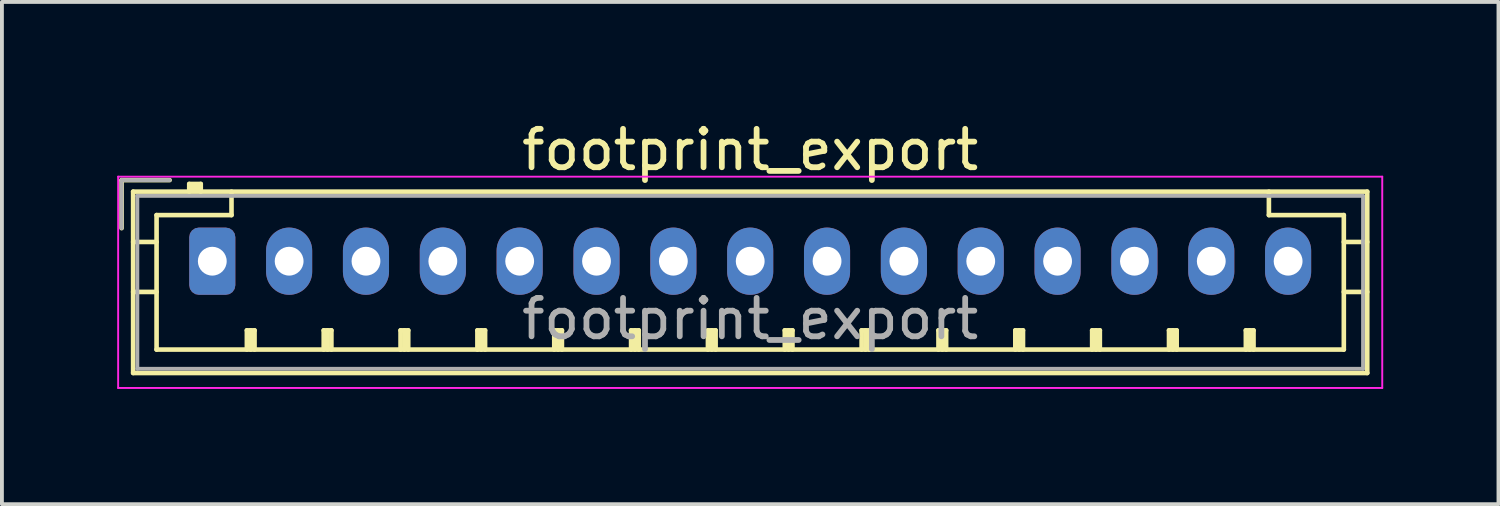
<source format=kicad_pcb>
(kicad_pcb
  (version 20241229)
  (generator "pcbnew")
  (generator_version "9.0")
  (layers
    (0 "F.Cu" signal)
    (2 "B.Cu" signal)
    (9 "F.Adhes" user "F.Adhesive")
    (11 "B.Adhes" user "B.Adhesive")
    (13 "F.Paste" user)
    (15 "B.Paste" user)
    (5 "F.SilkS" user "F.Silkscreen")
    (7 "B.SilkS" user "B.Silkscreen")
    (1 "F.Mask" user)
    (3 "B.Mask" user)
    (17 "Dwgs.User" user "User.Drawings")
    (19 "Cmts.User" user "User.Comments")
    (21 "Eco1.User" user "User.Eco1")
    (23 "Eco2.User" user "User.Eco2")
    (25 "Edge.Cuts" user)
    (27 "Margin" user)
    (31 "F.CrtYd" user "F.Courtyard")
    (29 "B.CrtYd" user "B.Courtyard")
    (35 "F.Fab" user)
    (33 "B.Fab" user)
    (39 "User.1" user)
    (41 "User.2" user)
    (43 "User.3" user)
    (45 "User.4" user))
  (footprint "footprint_export"
    (layer "F.Cu")
    (at 2.475 3.748)
    (property "Reference" "footprint_export" (at 14 -2.9 0) (layer "F.SilkS") (effects (font (size 1 1) (thickness 0.15))))
    (attr through_hole)
    (fp_line (start -2.36 -2.11) (end -2.36 -0.86) (stroke (width 0.12) (type solid)) (layer "F.SilkS"))
    (fp_line (start -2.06 -1.81) (end -2.06 2.91) (stroke (width 0.12) (type solid)) (layer "F.SilkS"))
    (fp_line (start -2.06 -0.5) (end -1.45 -0.5) (stroke (width 0.12) (type solid)) (layer "F.SilkS"))
    (fp_line (start -2.06 0.8) (end -1.45 0.8) (stroke (width 0.12) (type solid)) (layer "F.SilkS"))
    (fp_line (start -2.06 2.91) (end 30.06 2.91) (stroke (width 0.12) (type solid)) (layer "F.SilkS"))
    (fp_line (start -1.45 -1.2) (end -1.45 2.3) (stroke (width 0.12) (type solid)) (layer "F.SilkS"))
    (fp_line (start -1.45 2.3) (end 29.45 2.3) (stroke (width 0.12) (type solid)) (layer "F.SilkS"))
    (fp_line (start -1.11 -2.11) (end -2.36 -2.11) (stroke (width 0.12) (type solid)) (layer "F.SilkS"))
    (fp_line (start -0.6 -2.01) (end -0.6 -1.81) (stroke (width 0.12) (type solid)) (layer "F.SilkS"))
    (fp_line (start -0.3 -2.01) (end -0.6 -2.01) (stroke (width 0.12) (type solid)) (layer "F.SilkS"))
    (fp_line (start -0.3 -1.91) (end -0.6 -1.91) (stroke (width 0.12) (type solid)) (layer "F.SilkS"))
    (fp_line (start -0.3 -1.81) (end -0.3 -2.01) (stroke (width 0.12) (type solid)) (layer "F.SilkS"))
    (fp_line (start 0.5 -1.81) (end 0.5 -1.2) (stroke (width 0.12) (type solid)) (layer "F.SilkS"))
    (fp_line (start 0.5 -1.2) (end -1.45 -1.2) (stroke (width 0.12) (type solid)) (layer "F.SilkS"))
    (fp_line (start 0.9 1.8) (end 1.1 1.8) (stroke (width 0.12) (type solid)) (layer "F.SilkS"))
    (fp_line (start 0.9 2.3) (end 0.9 1.8) (stroke (width 0.12) (type solid)) (layer "F.SilkS"))
    (fp_line (start 1 2.3) (end 1 1.8) (stroke (width 0.12) (type solid)) (layer "F.SilkS"))
    (fp_line (start 1.1 1.8) (end 1.1 2.3) (stroke (width 0.12) (type solid)) (layer "F.SilkS"))
    (fp_line (start 2.9 1.8) (end 3.1 1.8) (stroke (width 0.12) (type solid)) (layer "F.SilkS"))
    (fp_line (start 2.9 2.3) (end 2.9 1.8) (stroke (width 0.12) (type solid)) (layer "F.SilkS"))
    (fp_line (start 3 2.3) (end 3 1.8) (stroke (width 0.12) (type solid)) (layer "F.SilkS"))
    (fp_line (start 3.1 1.8) (end 3.1 2.3) (stroke (width 0.12) (type solid)) (layer "F.SilkS"))
    (fp_line (start 4.9 1.8) (end 5.1 1.8) (stroke (width 0.12) (type solid)) (layer "F.SilkS"))
    (fp_line (start 4.9 2.3) (end 4.9 1.8) (stroke (width 0.12) (type solid)) (layer "F.SilkS"))
    (fp_line (start 5 2.3) (end 5 1.8) (stroke (width 0.12) (type solid)) (layer "F.SilkS"))
    (fp_line (start 5.1 1.8) (end 5.1 2.3) (stroke (width 0.12) (type solid)) (layer "F.SilkS"))
    (fp_line (start 6.9 1.8) (end 7.1 1.8) (stroke (width 0.12) (type solid)) (layer "F.SilkS"))
    (fp_line (start 6.9 2.3) (end 6.9 1.8) (stroke (width 0.12) (type solid)) (layer "F.SilkS"))
    (fp_line (start 7 2.3) (end 7 1.8) (stroke (width 0.12) (type solid)) (layer "F.SilkS"))
    (fp_line (start 7.1 1.8) (end 7.1 2.3) (stroke (width 0.12) (type solid)) (layer "F.SilkS"))
    (fp_line (start 8.9 1.8) (end 9.1 1.8) (stroke (width 0.12) (type solid)) (layer "F.SilkS"))
    (fp_line (start 8.9 2.3) (end 8.9 1.8) (stroke (width 0.12) (type solid)) (layer "F.SilkS"))
    (fp_line (start 9 2.3) (end 9 1.8) (stroke (width 0.12) (type solid)) (layer "F.SilkS"))
    (fp_line (start 9.1 1.8) (end 9.1 2.3) (stroke (width 0.12) (type solid)) (layer "F.SilkS"))
    (fp_line (start 10.9 1.8) (end 11.1 1.8) (stroke (width 0.12) (type solid)) (layer "F.SilkS"))
    (fp_line (start 10.9 2.3) (end 10.9 1.8) (stroke (width 0.12) (type solid)) (layer "F.SilkS"))
    (fp_line (start 11 2.3) (end 11 1.8) (stroke (width 0.12) (type solid)) (layer "F.SilkS"))
    (fp_line (start 11.1 1.8) (end 11.1 2.3) (stroke (width 0.12) (type solid)) (layer "F.SilkS"))
    (fp_line (start 12.9 1.8) (end 13.1 1.8) (stroke (width 0.12) (type solid)) (layer "F.SilkS"))
    (fp_line (start 12.9 2.3) (end 12.9 1.8) (stroke (width 0.12) (type solid)) (layer "F.SilkS"))
    (fp_line (start 13 2.3) (end 13 1.8) (stroke (width 0.12) (type solid)) (layer "F.SilkS"))
    (fp_line (start 13.1 1.8) (end 13.1 2.3) (stroke (width 0.12) (type solid)) (layer "F.SilkS"))
    (fp_line (start 14.9 1.8) (end 15.1 1.8) (stroke (width 0.12) (type solid)) (layer "F.SilkS"))
    (fp_line (start 14.9 2.3) (end 14.9 1.8) (stroke (width 0.12) (type solid)) (layer "F.SilkS"))
    (fp_line (start 15 2.3) (end 15 1.8) (stroke (width 0.12) (type solid)) (layer "F.SilkS"))
    (fp_line (start 15.1 1.8) (end 15.1 2.3) (stroke (width 0.12) (type solid)) (layer "F.SilkS"))
    (fp_line (start 16.9 1.8) (end 17.1 1.8) (stroke (width 0.12) (type solid)) (layer "F.SilkS"))
    (fp_line (start 16.9 2.3) (end 16.9 1.8) (stroke (width 0.12) (type solid)) (layer "F.SilkS"))
    (fp_line (start 17 2.3) (end 17 1.8) (stroke (width 0.12) (type solid)) (layer "F.SilkS"))
    (fp_line (start 17.1 1.8) (end 17.1 2.3) (stroke (width 0.12) (type solid)) (layer "F.SilkS"))
    (fp_line (start 18.9 1.8) (end 19.1 1.8) (stroke (width 0.12) (type solid)) (layer "F.SilkS"))
    (fp_line (start 18.9 2.3) (end 18.9 1.8) (stroke (width 0.12) (type solid)) (layer "F.SilkS"))
    (fp_line (start 19 2.3) (end 19 1.8) (stroke (width 0.12) (type solid)) (layer "F.SilkS"))
    (fp_line (start 19.1 1.8) (end 19.1 2.3) (stroke (width 0.12) (type solid)) (layer "F.SilkS"))
    (fp_line (start 20.9 1.8) (end 21.1 1.8) (stroke (width 0.12) (type solid)) (layer "F.SilkS"))
    (fp_line (start 20.9 2.3) (end 20.9 1.8) (stroke (width 0.12) (type solid)) (layer "F.SilkS"))
    (fp_line (start 21 2.3) (end 21 1.8) (stroke (width 0.12) (type solid)) (layer "F.SilkS"))
    (fp_line (start 21.1 1.8) (end 21.1 2.3) (stroke (width 0.12) (type solid)) (layer "F.SilkS"))
    (fp_line (start 22.9 1.8) (end 23.1 1.8) (stroke (width 0.12) (type solid)) (layer "F.SilkS"))
    (fp_line (start 22.9 2.3) (end 22.9 1.8) (stroke (width 0.12) (type solid)) (layer "F.SilkS"))
    (fp_line (start 23 2.3) (end 23 1.8) (stroke (width 0.12) (type solid)) (layer "F.SilkS"))
    (fp_line (start 23.1 1.8) (end 23.1 2.3) (stroke (width 0.12) (type solid)) (layer "F.SilkS"))
    (fp_line (start 24.9 1.8) (end 25.1 1.8) (stroke (width 0.12) (type solid)) (layer "F.SilkS"))
    (fp_line (start 24.9 2.3) (end 24.9 1.8) (stroke (width 0.12) (type solid)) (layer "F.SilkS"))
    (fp_line (start 25 2.3) (end 25 1.8) (stroke (width 0.12) (type solid)) (layer "F.SilkS"))
    (fp_line (start 25.1 1.8) (end 25.1 2.3) (stroke (width 0.12) (type solid)) (layer "F.SilkS"))
    (fp_line (start 26.9 1.8) (end 27.1 1.8) (stroke (width 0.12) (type solid)) (layer "F.SilkS"))
    (fp_line (start 26.9 2.3) (end 26.9 1.8) (stroke (width 0.12) (type solid)) (layer "F.SilkS"))
    (fp_line (start 27 2.3) (end 27 1.8) (stroke (width 0.12) (type solid)) (layer "F.SilkS"))
    (fp_line (start 27.1 1.8) (end 27.1 2.3) (stroke (width 0.12) (type solid)) (layer "F.SilkS"))
    (fp_line (start 27.5 -1.2) (end 27.5 -1.81) (stroke (width 0.12) (type solid)) (layer "F.SilkS"))
    (fp_line (start 29.45 -1.2) (end 27.5 -1.2) (stroke (width 0.12) (type solid)) (layer "F.SilkS"))
    (fp_line (start 29.45 2.3) (end 29.45 -1.2) (stroke (width 0.12) (type solid)) (layer "F.SilkS"))
    (fp_line (start 30.06 -1.81) (end -2.06 -1.81) (stroke (width 0.12) (type solid)) (layer "F.SilkS"))
    (fp_line (start 30.06 -0.5) (end 29.45 -0.5) (stroke (width 0.12) (type solid)) (layer "F.SilkS"))
    (fp_line (start 30.06 0.8) (end 29.45 0.8) (stroke (width 0.12) (type solid)) (layer "F.SilkS"))
    (fp_line (start 30.06 2.91) (end 30.06 -1.81) (stroke (width 0.12) (type solid)) (layer "F.SilkS"))
    (fp_line (start -2.45 -2.2) (end -2.45 3.3) (stroke (width 0.05) (type solid)) (layer "F.CrtYd"))
    (fp_line (start -2.45 3.3) (end 30.45 3.3) (stroke (width 0.05) (type solid)) (layer "F.CrtYd"))
    (fp_line (start 30.45 -2.2) (end -2.45 -2.2) (stroke (width 0.05) (type solid)) (layer "F.CrtYd"))
    (fp_line (start 30.45 3.3) (end 30.45 -2.2) (stroke (width 0.05) (type solid)) (layer "F.CrtYd"))
    (fp_line (start -2.36 -2.11) (end -2.36 -0.86) (stroke (width 0.1) (type solid)) (layer "F.Fab"))
    (fp_line (start -1.95 -1.7) (end -1.95 2.8) (stroke (width 0.1) (type solid)) (layer "F.Fab"))
    (fp_line (start -1.95 2.8) (end 29.95 2.8) (stroke (width 0.1) (type solid)) (layer "F.Fab"))
    (fp_line (start -1.11 -2.11) (end -2.36 -2.11) (stroke (width 0.1) (type solid)) (layer "F.Fab"))
    (fp_line (start 29.95 -1.7) (end -1.95 -1.7) (stroke (width 0.1) (type solid)) (layer "F.Fab"))
    (fp_line (start 29.95 2.8) (end 29.95 -1.7) (stroke (width 0.1) (type solid)) (layer "F.Fab"))
    (fp_text user "${REFERENCE}" (at 14 1.5 0) (layer "F.Fab") (effects (font (size 1 1) (thickness 0.15))))
    (pad "1" thru_hole roundrect (at 0 0) (size 1.2 1.75) (drill 0.75) (layers "*.Cu" "*.Mask") (roundrect_rratio 0.208))
    (pad "2" thru_hole oval (at 2 0) (size 1.2 1.75) (drill 0.75) (layers "*.Cu" "*.Mask"))
    (pad "3" thru_hole oval (at 4 0) (size 1.2 1.75) (drill 0.75) (layers "*.Cu" "*.Mask"))
    (pad "4" thru_hole oval (at 6 0) (size 1.2 1.75) (drill 0.75) (layers "*.Cu" "*.Mask"))
    (pad "5" thru_hole oval (at 8 0) (size 1.2 1.75) (drill 0.75) (layers "*.Cu" "*.Mask"))
    (pad "6" thru_hole oval (at 10 0) (size 1.2 1.75) (drill 0.75) (layers "*.Cu" "*.Mask"))
    (pad "7" thru_hole oval (at 12 0) (size 1.2 1.75) (drill 0.75) (layers "*.Cu" "*.Mask"))
    (pad "8" thru_hole oval (at 14 0) (size 1.2 1.75) (drill 0.75) (layers "*.Cu" "*.Mask"))
    (pad "9" thru_hole oval (at 16 0) (size 1.2 1.75) (drill 0.75) (layers "*.Cu" "*.Mask"))
    (pad "10" thru_hole oval (at 18 0) (size 1.2 1.75) (drill 0.75) (layers "*.Cu" "*.Mask"))
    (pad "11" thru_hole oval (at 20 0) (size 1.2 1.75) (drill 0.75) (layers "*.Cu" "*.Mask"))
    (pad "12" thru_hole oval (at 22 0) (size 1.2 1.75) (drill 0.75) (layers "*.Cu" "*.Mask"))
    (pad "13" thru_hole oval (at 24 0) (size 1.2 1.75) (drill 0.75) (layers "*.Cu" "*.Mask"))
    (pad "14" thru_hole oval (at 26 0) (size 1.2 1.75) (drill 0.75) (layers "*.Cu" "*.Mask"))
    (pad "15" thru_hole oval (at 28 0) (size 1.2 1.75) (drill 0.75) (layers "*.Cu" "*.Mask")))
  (gr_rect
    (start -3 -3)
    (end 35.95 10.073)
    (stroke (width 0.1) (type default))
    (fill no)
    (layer "Edge.Cuts")))
</source>
